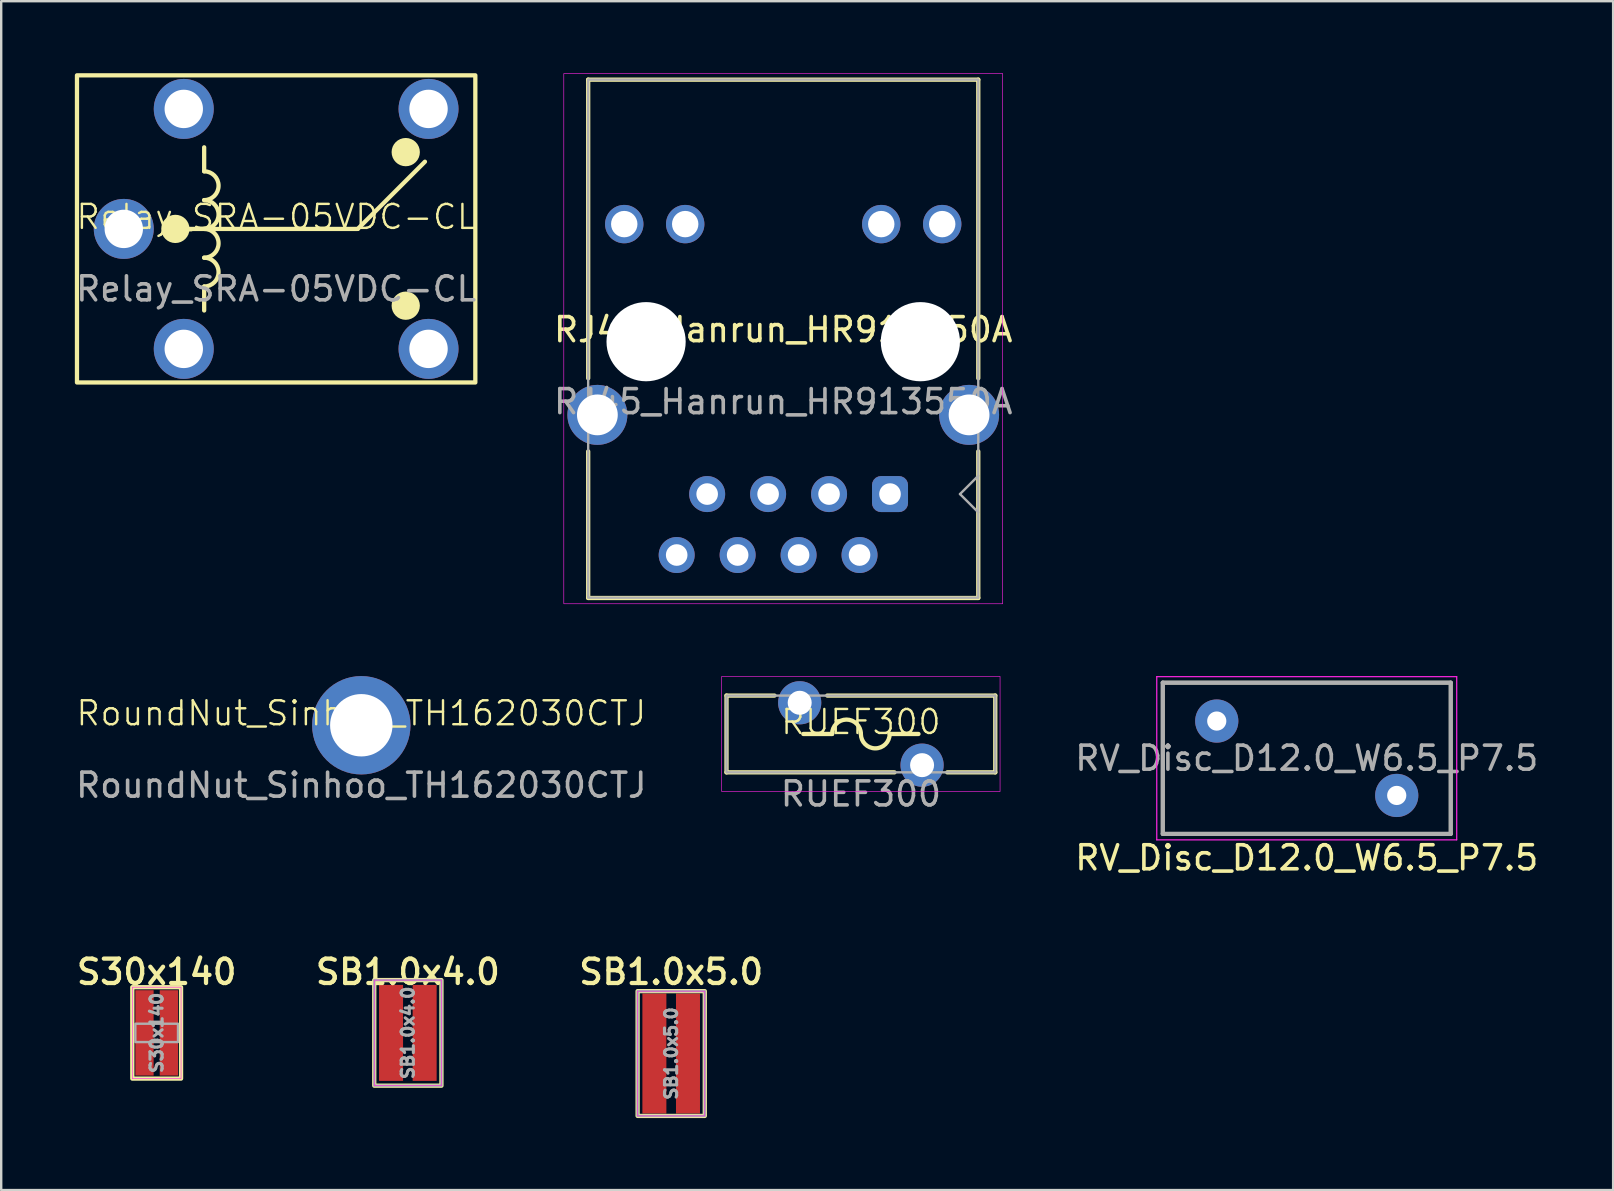
<source format=kicad_pcb>
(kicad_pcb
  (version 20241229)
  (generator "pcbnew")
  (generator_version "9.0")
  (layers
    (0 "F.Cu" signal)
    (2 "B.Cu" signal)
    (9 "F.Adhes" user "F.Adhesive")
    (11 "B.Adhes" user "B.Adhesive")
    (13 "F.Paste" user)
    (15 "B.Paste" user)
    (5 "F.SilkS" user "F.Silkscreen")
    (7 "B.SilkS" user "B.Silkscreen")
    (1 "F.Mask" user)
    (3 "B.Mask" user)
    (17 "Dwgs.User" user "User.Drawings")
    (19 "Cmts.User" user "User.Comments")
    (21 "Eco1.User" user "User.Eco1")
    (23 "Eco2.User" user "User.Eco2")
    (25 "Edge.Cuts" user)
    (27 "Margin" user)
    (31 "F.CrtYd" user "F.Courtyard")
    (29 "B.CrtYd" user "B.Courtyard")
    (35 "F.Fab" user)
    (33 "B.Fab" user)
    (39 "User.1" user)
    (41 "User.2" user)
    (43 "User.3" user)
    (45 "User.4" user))
  (footprint "S30x140"
    (layer "F.Cu")
    (at 3.479 39.993)
    (property "Reference" "S30x140" (at 0 -2.54 0) (layer "F.SilkS") (effects (font (size 1.016 1.016) (thickness 0.178))))
    (attr smd)
    (fp_rect (start -1.016 -1.905) (end 1.016 1.905) (stroke (width 0.178) (type solid)) (fill no) (layer "F.SilkS"))
    (fp_rect (start -1.016 -1.905) (end 1.016 1.905) (stroke (width 0.025) (type solid)) (fill no) (layer "F.CrtYd"))
    (fp_rect (start -0.889 -0.381) (end 0.889 0.381) (stroke (width 0.1) (type solid)) (fill no) (layer "F.Fab"))
    (fp_text user "${REFERENCE}" (at 0 0 90) (layer "F.Fab") (effects (font (size 0.508 0.508) (thickness 0.127))))
    (pad "1" smd rect (at -0.508 0) (size 0.762 3.556) (layers "F.Cu" "F.Mask" "F.Paste"))
    (pad "2" smd rect (at 0.508 0) (size 0.762 3.556) (layers "F.Cu" "F.Mask" "F.Paste")))
  (footprint "RJ45_Hanrun_HR913550A"
    (layer "F.Cu")
    (at 29.589 11.189)
    (property "Reference" "RJ45_Hanrun_HR913550A" (at 0 -0.5 0) (unlocked yes) (layer "F.SilkS") (effects (font (size 1 1) (thickness 0.15))))
    (attr through_hole)
    (fp_line (start -8.128 -10.92) (end 8.128 -10.92) (stroke (width 0.178) (type solid)) (layer "F.SilkS"))
    (fp_line (start -8.128 1.524) (end -8.128 -10.92) (stroke (width 0.178) (type solid)) (layer "F.SilkS"))
    (fp_line (start -8.128 10.68) (end -8.128 4.572) (stroke (width 0.178) (type solid)) (layer "F.SilkS"))
    (fp_line (start 8.128 -10.92) (end 8.128 1.524) (stroke (width 0.178) (type solid)) (layer "F.SilkS"))
    (fp_line (start 8.128 4.572) (end 8.128 10.68) (stroke (width 0.178) (type solid)) (layer "F.SilkS"))
    (fp_line (start 8.128 10.68) (end -8.128 10.68) (stroke (width 0.178) (type solid)) (layer "F.SilkS"))
    (fp_rect (start -9.144 10.922) (end 9.144 -11.176) (stroke (width 0.025) (type solid)) (fill no) (layer "F.CrtYd"))
    (fp_line (start 7.366 6.35) (end 8.128 5.588) (stroke (width 0.1) (type solid)) (layer "F.Fab"))
    (fp_line (start 8.128 7.112) (end 7.366 6.35) (stroke (width 0.1) (type solid)) (layer "F.Fab"))
    (fp_rect (start -8.128 10.668) (end 8.128 -10.922) (stroke (width 0.1) (type solid)) (fill no) (layer "F.Fab"))
    (fp_text user "${REFERENCE}" (at 0 2.5 0) (unlocked yes) (layer "F.Fab") (effects (font (size 1 1) (thickness 0.15))))
    (pad "" np_thru_hole circle (at -5.715 0) (size 3.3 3.3) (drill 3.3) (layers "*.Cu" "*.Mask"))
    (pad "" np_thru_hole circle (at 5.715 0) (size 3.3 3.3) (drill 3.3) (layers "*.Cu" "*.Mask"))
    (pad "L1" thru_hole circle (at -6.625 -4.9) (size 1.6 1.6) (drill 1.1) (layers "*.Cu" "*.Mask"))
    (pad "L2" thru_hole circle (at -4.085 -4.9) (size 1.6 1.6) (drill 1.1) (layers "*.Cu" "*.Mask"))
    (pad "L3" thru_hole circle (at 4.085 -4.9) (size 1.6 1.6) (drill 1.1) (layers "*.Cu" "*.Mask"))
    (pad "L4" thru_hole circle (at 6.625 -4.9) (size 1.6 1.6) (drill 1.1) (layers "*.Cu" "*.Mask"))
    (pad "R1" thru_hole roundrect (at 4.45 6.35) (size 1.5 1.5) (drill 0.9) (layers "*.Cu" "*.Mask") (roundrect_rratio 0.25))
    (pad "R2" thru_hole circle (at 3.18 8.89) (size 1.5 1.5) (drill 0.9) (layers "*.Cu" "*.Mask"))
    (pad "R3" thru_hole circle (at 1.91 6.35) (size 1.5 1.5) (drill 0.9) (layers "*.Cu" "*.Mask"))
    (pad "R4" thru_hole circle (at 0.64 8.89) (size 1.5 1.5) (drill 0.9) (layers "*.Cu" "*.Mask"))
    (pad "R5" thru_hole circle (at -0.63 6.35) (size 1.5 1.5) (drill 0.9) (layers "*.Cu" "*.Mask"))
    (pad "R6" thru_hole circle (at -1.9 8.89) (size 1.5 1.5) (drill 0.9) (layers "*.Cu" "*.Mask"))
    (pad "R7" thru_hole circle (at -3.17 6.35) (size 1.5 1.5) (drill 0.9) (layers "*.Cu" "*.Mask"))
    (pad "R8" thru_hole circle (at -4.44 8.89) (size 1.5 1.5) (drill 0.9) (layers "*.Cu" "*.Mask"))
    (pad "SH" thru_hole circle (at -7.745 3.05) (size 2.5 2.5) (drill 1.7) (layers "*.Cu" "*.Mask"))
    (pad "SH" thru_hole circle (at 7.745 3.05) (size 2.5 2.5) (drill 1.7) (layers "*.Cu" "*.Mask")))
  (footprint "RoundNut_Sinhoo_TH162030CTJ"
    (layer "F.Cu")
    (at 12.006 27.173)
    (property "Reference" "RoundNut_Sinhoo_TH162030CTJ" (at 0 -0.5 0) (unlocked yes) (layer "F.SilkS") (effects (font (size 1 1) (thickness 0.1))))
    (attr through_hole)
    (fp_text user "${REFERENCE}" (at 0 2.5 0) (unlocked yes) (layer "F.Fab") (effects (font (size 1 1) (thickness 0.15))))
    (pad "1" thru_hole circle (at 0 0) (size 4.1 4.1) (drill 2.6) (layers "*.Cu" "*.Mask")))
  (footprint "RUEF300"
    (layer "F.Cu")
    (at 32.825 27.536)
    (property "Reference" "RUEF300" (at 0 -0.5 0) (unlocked yes) (layer "F.SilkS") (effects (font (size 1 1) (thickness 0.1))))
    (attr through_hole)
    (fp_line (start -5.6 -1.6) (end -5.6 1.6) (stroke (width 0.178) (type solid)) (layer "F.SilkS"))
    (fp_line (start -5.6 -1.6) (end -3.6 -1.6) (stroke (width 0.178) (type solid)) (layer "F.SilkS"))
    (fp_line (start -5.6 1.6) (end 1.4 1.6) (stroke (width 0.178) (type solid)) (layer "F.SilkS"))
    (fp_line (start -2.4 0) (end -1.2 0) (stroke (width 0.178) (type solid)) (layer "F.SilkS"))
    (fp_line (start -1.4 -1.6) (end 5.6 -1.6) (stroke (width 0.178) (type solid)) (layer "F.SilkS"))
    (fp_line (start 1.2 0) (end 2.4 0) (stroke (width 0.178) (type solid)) (layer "F.SilkS"))
    (fp_line (start 3.6 1.6) (end 5.6 1.6) (stroke (width 0.178) (type solid)) (layer "F.SilkS"))
    (fp_line (start 5.6 -1.6) (end 5.6 1.6) (stroke (width 0.178) (type solid)) (layer "F.SilkS"))
    (fp_arc (start -1.2 0) (mid -0.6 -0.6) (end 0 0) (stroke (width 0.1778) (type solid)) (layer "F.SilkS"))
    (fp_arc (start 1.2 0) (mid 0.6 0.6) (end 0 0) (stroke (width 0.1778) (type solid)) (layer "F.SilkS"))
    (fp_rect (start -5.8 -2.4) (end 5.8 2.4) (stroke (width 0.025) (type solid)) (fill no) (layer "F.CrtYd"))
    (fp_rect (start -5.6 -1.6) (end 5.6 1.6) (stroke (width 0.1) (type default)) (fill no) (layer "F.Fab"))
    (fp_text user "${REFERENCE}" (at 0 2.5 0) (unlocked yes) (layer "F.Fab") (effects (font (size 1 1) (thickness 0.15))))
    (pad "1" thru_hole circle (at -2.55 -1.3) (size 1.8 1.8) (drill 1) (layers "*.Cu" "*.Mask"))
    (pad "2" thru_hole circle (at 2.55 1.3) (size 1.8 1.8) (drill 1) (layers "*.Cu" "*.Mask")))
  (footprint "SB1.0x4.0"
    (layer "F.Cu")
    (at 13.946 39.993)
    (property "Reference" "SB1.0x4.0" (at 0 -2.54 0) (layer "F.SilkS") (effects (font (size 1.016 1.016) (thickness 0.178))))
    (attr smd)
    (fp_rect (start -1.4 -2.2) (end 1.4 2.2) (stroke (width 0.178) (type solid)) (fill no) (layer "F.SilkS"))
    (fp_rect (start -1.4 -2.2) (end 1.4 2.2) (stroke (width 0.025) (type solid)) (fill no) (layer "F.CrtYd"))
    (fp_rect (start -1.4 -2.2) (end 1.4 2.2) (stroke (width 0.1) (type solid)) (fill no) (layer "F.Fab"))
    (fp_text user "${REFERENCE}" (at 0 0 90) (layer "F.Fab") (effects (font (size 0.508 0.508) (thickness 0.127))))
    (pad "1" smd rect (at -0.7 0) (size 1 4) (layers "F.Cu" "F.Mask" "F.Paste"))
    (pad "2" smd rect (at 0.7 0) (size 1 4) (layers "F.Cu" "F.Mask" "F.Paste")))
  (footprint "RV_Disc_D12.0_W6.5_P7.5"
    (layer "F.Cu")
    (at 47.655 26.998)
    (property "Reference" "RV_Disc_D12.0_W6.5_P7.5" (at 3.75 5.7 0) (layer "F.SilkS") (effects (font (size 1 1) (thickness 0.15))))
    (attr through_hole)
    (fp_line (start -2.25 -1.6) (end -2.25 4.7) (stroke (width 0.15) (type solid)) (layer "F.SilkS"))
    (fp_line (start -2.25 -1.6) (end 9.75 -1.6) (stroke (width 0.15) (type solid)) (layer "F.SilkS"))
    (fp_line (start -2.25 4.7) (end 9.75 4.7) (stroke (width 0.15) (type solid)) (layer "F.SilkS"))
    (fp_line (start 9.75 -1.6) (end 9.75 4.7) (stroke (width 0.15) (type solid)) (layer "F.SilkS"))
    (fp_line (start -2.5 -1.85) (end -2.5 4.95) (stroke (width 0.05) (type solid)) (layer "F.CrtYd"))
    (fp_line (start -2.5 -1.85) (end 10 -1.85) (stroke (width 0.05) (type solid)) (layer "F.CrtYd"))
    (fp_line (start -2.5 4.95) (end 10 4.95) (stroke (width 0.05) (type solid)) (layer "F.CrtYd"))
    (fp_line (start 10 -1.85) (end 10 4.95) (stroke (width 0.05) (type solid)) (layer "F.CrtYd"))
    (fp_line (start -2.25 -1.6) (end -2.25 4.7) (stroke (width 0.178) (type solid)) (layer "F.Fab"))
    (fp_line (start -2.25 -1.6) (end 9.75 -1.6) (stroke (width 0.178) (type solid)) (layer "F.Fab"))
    (fp_line (start -2.25 4.7) (end 9.75 4.7) (stroke (width 0.178) (type solid)) (layer "F.Fab"))
    (fp_line (start 9.75 -1.6) (end 9.75 4.7) (stroke (width 0.178) (type solid)) (layer "F.Fab"))
    (fp_text user "${REFERENCE}" (at 3.75 1.55 0) (layer "F.Fab") (effects (font (size 1 1) (thickness 0.15))))
    (pad "1" thru_hole circle (at 0 0) (size 1.8 1.8) (drill 0.8) (layers "*.Cu" "*.Mask"))
    (pad "2" thru_hole circle (at 7.5 3.1) (size 1.8 1.8) (drill 0.8) (layers "*.Cu" "*.Mask")))
  (footprint "Relay_SRA-05VDC-CL"
    (layer "F.Cu")
    (at 8.458 6.489)
    (property "Reference" "Relay_SRA-05VDC-CL" (at 0 -0.5 0) (unlocked yes) (layer "F.SilkS") (effects (font (size 1 1) (thickness 0.1))))
    (attr through_hole)
    (fp_line (start -4.2 0) (end 3.4 0) (stroke (width 0.178) (type solid)) (layer "F.SilkS"))
    (fp_line (start -3 -2.4) (end -3 -3.4) (stroke (width 0.178) (type solid)) (layer "F.SilkS"))
    (fp_line (start -3 3.4) (end -3 2.4) (stroke (width 0.178) (type solid)) (layer "F.SilkS"))
    (fp_line (start 3.4 0) (end 6.2 -2.8) (stroke (width 0.178) (type solid)) (layer "F.SilkS"))
    (fp_rect (start -8.3 -6.4) (end 8.3 6.4) (stroke (width 0.178) (type solid)) (fill no) (layer "F.SilkS"))
    (fp_arc (start -3 -2.4) (mid -2.4 -1.8) (end -3 -1.2) (stroke (width 0.1778) (type solid)) (layer "F.SilkS"))
    (fp_arc (start -3 -1.2) (mid -2.4 -0.6) (end -3 0) (stroke (width 0.1778) (type solid)) (layer "F.SilkS"))
    (fp_arc (start -3 0) (mid -2.4 0.6) (end -3 1.2) (stroke (width 0.1778) (type solid)) (layer "F.SilkS"))
    (fp_arc (start -3 1.2) (mid -2.4 1.8) (end -3 2.4) (stroke (width 0.1778) (type solid)) (layer "F.SilkS"))
    (fp_circle (center -4.2 0) (end -4 0) (stroke (width 0.778) (type solid)) (fill yes) (layer "F.SilkS"))
    (fp_circle (center 5.4 -3.2) (end 5.6 -3.2) (stroke (width 0.778) (type solid)) (fill yes) (layer "F.SilkS"))
    (fp_circle (center 5.4 3.2) (end 5.6 3.2) (stroke (width 0.778) (type solid)) (fill yes) (layer "F.SilkS"))
    (fp_text user "${REFERENCE}" (at 0 2.5 0) (unlocked yes) (layer "F.Fab") (effects (font (size 1 1) (thickness 0.15))))
    (pad "1" thru_hole circle (at 6.35 5) (size 2.5 2.5) (drill 1.6) (layers "*.Cu" "*.Mask"))
    (pad "2" thru_hole circle (at 6.35 -5) (size 2.5 2.5) (drill 1.6) (layers "*.Cu" "*.Mask"))
    (pad "3" thru_hole circle (at -3.85 -5) (size 2.5 2.5) (drill 1.6) (layers "*.Cu" "*.Mask"))
    (pad "4" thru_hole circle (at -3.85 5) (size 2.5 2.5) (drill 1.6) (layers "*.Cu" "*.Mask"))
    (pad "5" thru_hole circle (at -6.35 0) (size 2.5 2.5) (drill 1.6) (layers "*.Cu" "*.Mask")))
  (footprint "SB1.0x5.0"
    (layer "F.Cu")
    (at 24.92 40.853)
    (property "Reference" "SB1.0x5.0" (at 0 -3.4 0) (layer "F.SilkS") (effects (font (size 1.016 1.016) (thickness 0.178))))
    (attr smd)
    (fp_rect (start -1.4 -2.6) (end 1.4 2.6) (stroke (width 0.178) (type solid)) (fill no) (layer "F.SilkS"))
    (fp_rect (start -1.4 -2.6) (end 1.4 2.6) (stroke (width 0.025) (type solid)) (fill no) (layer "F.CrtYd"))
    (fp_rect (start -1.4 -2.6) (end 1.4 2.6) (stroke (width 0.1) (type solid)) (fill no) (layer "F.Fab"))
    (fp_text user "${REFERENCE}" (at 0 0 90) (layer "F.Fab") (effects (font (size 0.508 0.508) (thickness 0.127))))
    (pad "1" smd rect (at -0.7 0) (size 1 5) (layers "F.Cu" "F.Mask" "F.Paste"))
    (pad "2" smd rect (at 0.7 0) (size 1 5) (layers "F.Cu" "F.Mask" "F.Paste")))
  (gr_rect
    (start -3 -3)
    (end 64.173 46.542)
    (stroke (width 0.1) (type default))
    (fill no)
    (layer "Edge.Cuts")))
</source>
